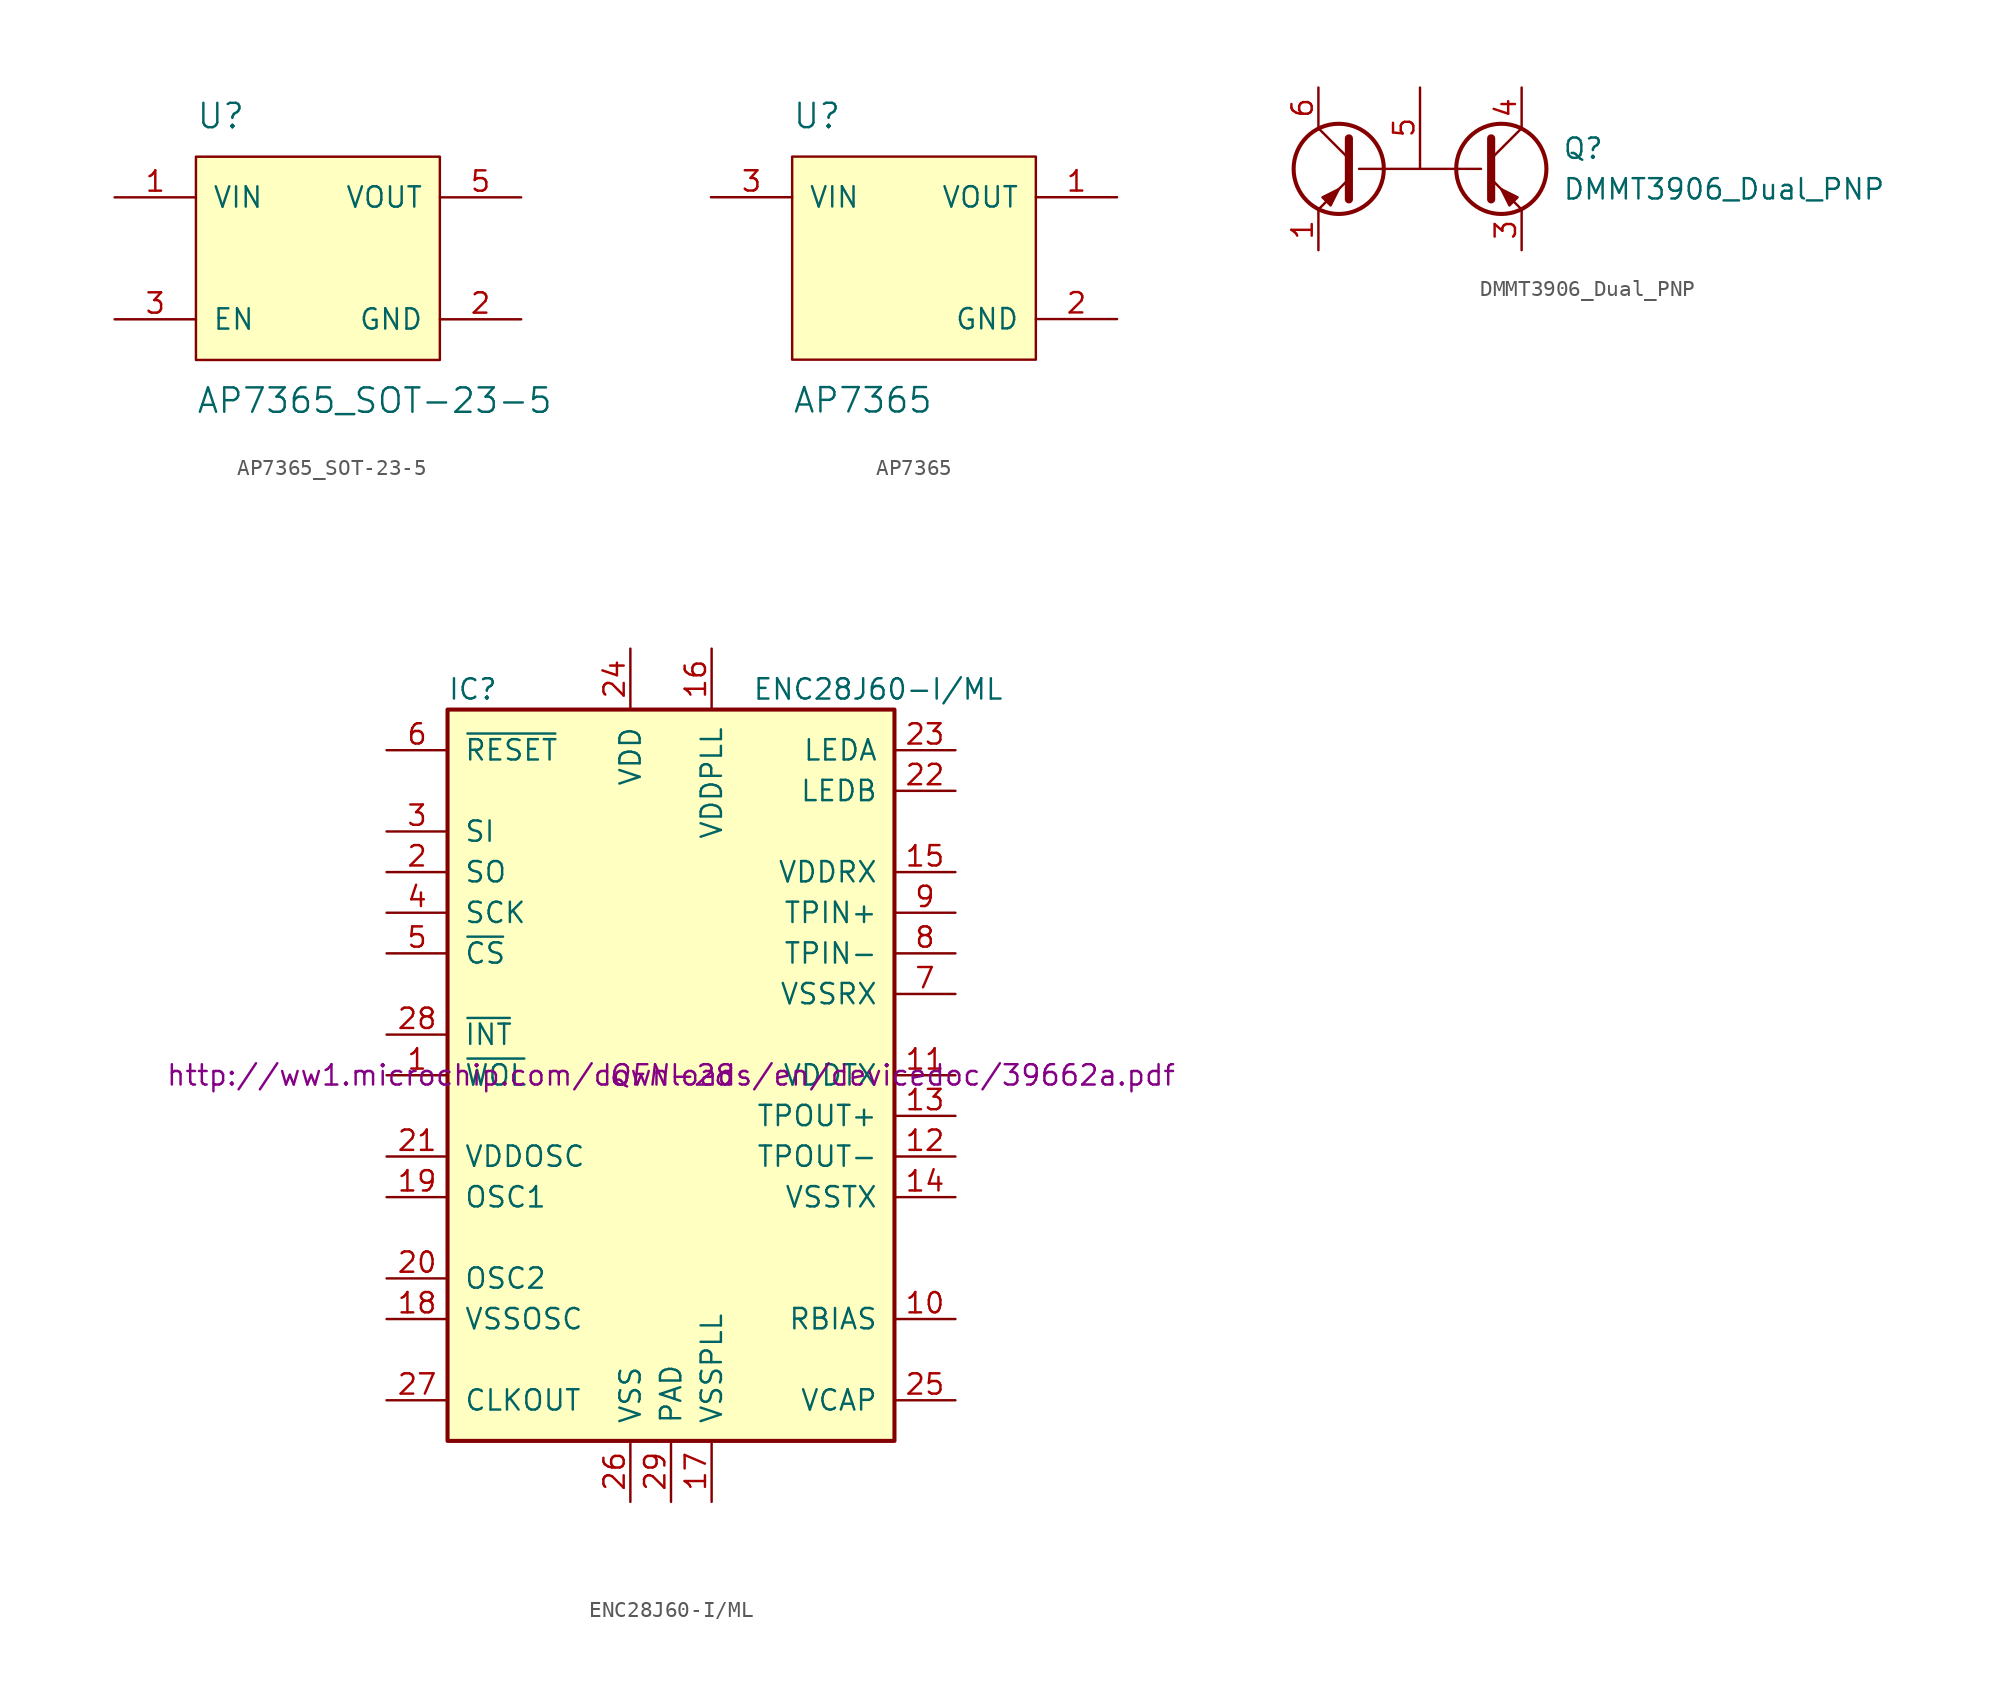
<source format=kicad_sym>
(kicad_symbol_lib
  (version 20231120)
  (generator "kicad_symbol_editor")
  (generator_version "8.0")
  (symbol "AP7365_SOT-23-5"
    (pin_names
      (offset 1.016))
    (property "Reference" "U"
      (at -7.62 8.89 0)
      (effects (font (size 1.524 1.524)) (justify left)))
    (property "Value" "AP7365_SOT-23-5"
      (at -7.62 -8.89 0)
      (effects (font (size 1.524 1.524)) (justify left)))
    (property "Footprint" ""
      (at 0 0 0)
      (effects (font (size 1.524 1.524))))
    (property "Datasheet" ""
      (at 0 0 0)
      (effects (font (size 1.524 1.524))))
    (symbol "AP7365_SOT-23-5_0_1"
      (rectangle (start -7.62 6.35) (end 7.62 -6.35) (stroke (width 0) (type solid)) (fill (type background))))
    (symbol "AP7365_SOT-23-5_1_1"
      (pin input line (at -12.7 3.81 0) (length 5.08) (name "VIN" (effects (font (size 1.27 1.27)))) (number "1" (effects (font (size 1.27 1.27)))))
      (pin input line (at 12.7 -3.81 180) (length 5.08) (name "GND" (effects (font (size 1.27 1.27)))) (number "2" (effects (font (size 1.27 1.27)))))
      (pin input line (at -12.7 -3.81 0) (length 5.08) (name "EN" (effects (font (size 1.27 1.27)))) (number "3" (effects (font (size 1.27 1.27)))))
      (pin input line (at 12.7 3.81 180) (length 5.08) (name "VOUT" (effects (font (size 1.27 1.27)))) (number "5" (effects (font (size 1.27 1.27)))))))
  (symbol "AP7365"
    (pin_names
      (offset 1.016))
    (property "Reference" "U"
      (at -7.62 8.89 0)
      (effects (font (size 1.524 1.524)) (justify left)))
    (property "Value" "AP7365"
      (at -7.62 -8.89 0)
      (effects (font (size 1.524 1.524)) (justify left)))
    (property "Footprint" ""
      (at 0 0 0)
      (effects (font (size 1.524 1.524))))
    (property "Datasheet" ""
      (at 0 0 0)
      (effects (font (size 1.524 1.524))))
    (symbol "AP7365_0_1"
      (rectangle (start -7.62 6.35) (end 7.62 -6.35) (stroke (width 0) (type solid)) (fill (type background))))
    (symbol "AP7365_1_1"
      (pin input line (at 12.7 3.81 180) (length 5.08) (name "VOUT" (effects (font (size 1.27 1.27)))) (number "1" (effects (font (size 1.27 1.27)))))
      (pin input line (at 12.7 -3.81 180) (length 5.08) (name "GND" (effects (font (size 1.27 1.27)))) (number "2" (effects (font (size 1.27 1.27)))))
      (pin input line (at -12.7 3.81 0) (length 5.08) (name "VIN" (effects (font (size 1.27 1.27)))) (number "3" (effects (font (size 1.27 1.27)))))))
  (symbol "DMMT3906_Dual_PNP"
    (pin_names
      (offset 0) hide)
    (property "Reference" "Q"
      (at 8.89 1.27 0)
      (effects (font (size 1.27 1.27)) (justify left)))
    (property "Value" "DMMT3906_Dual_PNP"
      (at 8.89 -1.27 0)
      (effects (font (size 1.27 1.27)) (justify left)))
    (property "Footprint" ""
      (at 8.89 2.54 0)
      (effects (font (size 1.27 1.27))))
    (property "Datasheet" ""
      (at 3.81 0 0)
      (effects (font (size 1.27 1.27))))
    (symbol "DMMT3906_Dual_PNP_0_1"
      (circle (center -5.08 0) (radius 2.819) (stroke (width 0.254) (type solid)) (fill (type none)))
      (rectangle (start -3.81 0) (end 3.81 0) (stroke (width 0) (type solid)) (fill (type none)))
      (polyline (pts (xy -4.445 0.635) (xy -6.35 2.54)) (stroke (width 0) (type solid)) (fill (type none)))
      (polyline (pts (xy 4.445 0.635) (xy 6.35 2.54)) (stroke (width 0) (type solid)) (fill (type none)))
      (polyline (pts (xy -4.445 -0.635) (xy -6.35 -2.54) (xy -6.35 -2.54)) (stroke (width 0) (type solid)) (fill (type none)))
      (polyline (pts (xy -4.445 1.905) (xy -4.445 -1.905) (xy -4.445 -1.905)) (stroke (width 0.508) (type solid)) (fill (type none)))
      (polyline (pts (xy 4.445 -0.635) (xy 6.35 -2.54) (xy 6.35 -2.54)) (stroke (width 0) (type solid)) (fill (type none)))
      (polyline (pts (xy 4.445 1.905) (xy 4.445 -1.905) (xy 4.445 -1.905)) (stroke (width 0.508) (type solid)) (fill (type none)))
      (polyline (pts (xy -6.096 -1.778) (xy -5.588 -2.286) (xy -5.08 -1.27) (xy -6.096 -1.778) (xy -6.096 -1.778)) (stroke (width 0) (type solid)) (fill (type outline)))
      (polyline (pts (xy 6.096 -1.778) (xy 5.588 -2.286) (xy 5.08 -1.27) (xy 6.096 -1.778) (xy 6.096 -1.778)) (stroke (width 0) (type solid)) (fill (type outline)))
      (circle (center 5.08 0) (radius 2.819) (stroke (width 0.254) (type solid)) (fill (type none))))
    (symbol "DMMT3906_Dual_PNP_1_1"
      (pin passive line (at -6.35 -5.08 90) (length 2.54) (name "E1" (effects (font (size 1.27 1.27)))) (number "1" (effects (font (size 1.27 1.27)))))
      (pin passive line (at 6.35 -5.08 90) (length 2.54) (name "E2" (effects (font (size 1.27 1.27)))) (number "3" (effects (font (size 1.27 1.27)))))
      (pin passive line (at 6.35 5.08 270) (length 2.54) (name "C2" (effects (font (size 1.27 1.27)))) (number "4" (effects (font (size 1.27 1.27)))))
      (pin input line (at 0 5.08 270) (length 5.004) (name "B" (effects (font (size 1.27 1.27)))) (number "5" (effects (font (size 1.27 1.27)))))
      (pin passive line (at -6.35 5.08 270) (length 2.54) (name "C1" (effects (font (size 1.27 1.27)))) (number "6" (effects (font (size 1.27 1.27)))))))
  (symbol "ENC28J60-I/ML"
    (pin_names
      (offset 1.016))
    (property "Reference" "IC"
      (at -13.97 24.13 0)
      (effects (font (size 1.27 1.27)) (justify left)))
    (property "Value" "ENC28J60-I/ML"
      (at 5.08 24.13 0)
      (effects (font (size 1.27 1.27)) (justify left)))
    (property "Footprint" "QFN-28"
      (at 0 0 0)
      (effects (font (size 1.27 1.27) (italic yes))))
    (property "Datasheet" "http://ww1.microchip.com/downloads/en/devicedoc/39662a.pdf"
      (at 0 0 0)
      (effects (font (size 1.27 1.27))))
    (symbol "ENC28J60-I/ML_0_1"
      (rectangle (start -13.97 22.86) (end 13.97 -22.86) (stroke (width 0.254) (type solid)) (fill (type background))))
    (symbol "ENC28J60-I/ML_1_1"
      (pin output line (at -17.78 0 0) (length 3.81) (name "~{WOL}" (effects (font (size 1.27 1.27)))) (number "1" (effects (font (size 1.27 1.27)))))
      (pin input line (at 17.78 -15.24 180) (length 3.81) (name "RBIAS" (effects (font (size 1.27 1.27)))) (number "10" (effects (font (size 1.27 1.27)))))
      (pin power_in line (at 17.78 0 180) (length 3.81) (name "VDDTX" (effects (font (size 1.27 1.27)))) (number "11" (effects (font (size 1.27 1.27)))))
      (pin output line (at 17.78 -5.08 180) (length 3.81) (name "TPOUT-" (effects (font (size 1.27 1.27)))) (number "12" (effects (font (size 1.27 1.27)))))
      (pin output line (at 17.78 -2.54 180) (length 3.81) (name "TPOUT+" (effects (font (size 1.27 1.27)))) (number "13" (effects (font (size 1.27 1.27)))))
      (pin power_out line (at 17.78 -7.62 180) (length 3.81) (name "VSSTX" (effects (font (size 1.27 1.27)))) (number "14" (effects (font (size 1.27 1.27)))))
      (pin power_in line (at 17.78 12.7 180) (length 3.81) (name "VDDRX" (effects (font (size 1.27 1.27)))) (number "15" (effects (font (size 1.27 1.27)))))
      (pin power_in line (at 2.54 26.67 270) (length 3.81) (name "VDDPLL" (effects (font (size 1.27 1.27)))) (number "16" (effects (font (size 1.27 1.27)))))
      (pin power_in line (at 2.54 -26.67 90) (length 3.81) (name "VSSPLL" (effects (font (size 1.27 1.27)))) (number "17" (effects (font (size 1.27 1.27)))))
      (pin power_in line (at -17.78 -15.24 0) (length 3.81) (name "VSSOSC" (effects (font (size 1.27 1.27)))) (number "18" (effects (font (size 1.27 1.27)))))
      (pin input line (at -17.78 -7.62 0) (length 3.81) (name "OSC1" (effects (font (size 1.27 1.27)))) (number "19" (effects (font (size 1.27 1.27)))))
      (pin output line (at -17.78 12.7 0) (length 3.81) (name "SO" (effects (font (size 1.27 1.27)))) (number "2" (effects (font (size 1.27 1.27)))))
      (pin output line (at -17.78 -12.7 0) (length 3.81) (name "OSC2" (effects (font (size 1.27 1.27)))) (number "20" (effects (font (size 1.27 1.27)))))
      (pin power_in line (at -17.78 -5.08 0) (length 3.81) (name "VDDOSC" (effects (font (size 1.27 1.27)))) (number "21" (effects (font (size 1.27 1.27)))))
      (pin output line (at 17.78 17.78 180) (length 3.81) (name "LEDB" (effects (font (size 1.27 1.27)))) (number "22" (effects (font (size 1.27 1.27)))))
      (pin output line (at 17.78 20.32 180) (length 3.81) (name "LEDA" (effects (font (size 1.27 1.27)))) (number "23" (effects (font (size 1.27 1.27)))))
      (pin power_in line (at -2.54 26.67 270) (length 3.81) (name "VDD" (effects (font (size 1.27 1.27)))) (number "24" (effects (font (size 1.27 1.27)))))
      (pin input line (at 17.78 -20.32 180) (length 3.81) (name "VCAP" (effects (font (size 1.27 1.27)))) (number "25" (effects (font (size 1.27 1.27)))))
      (pin power_in line (at -2.54 -26.67 90) (length 3.81) (name "VSS" (effects (font (size 1.27 1.27)))) (number "26" (effects (font (size 1.27 1.27)))))
      (pin output line (at -17.78 -20.32 0) (length 3.81) (name "CLKOUT" (effects (font (size 1.27 1.27)))) (number "27" (effects (font (size 1.27 1.27)))))
      (pin output line (at -17.78 2.54 0) (length 3.81) (name "~{INT}" (effects (font (size 1.27 1.27)))) (number "28" (effects (font (size 1.27 1.27)))))
      (pin input line (at 0 -26.67 90) (length 3.81) (name "PAD" (effects (font (size 1.27 1.27)))) (number "29" (effects (font (size 1.27 1.27)))))
      (pin input line (at -17.78 15.24 0) (length 3.81) (name "SI" (effects (font (size 1.27 1.27)))) (number "3" (effects (font (size 1.27 1.27)))))
      (pin input line (at -17.78 10.16 0) (length 3.81) (name "SCK" (effects (font (size 1.27 1.27)))) (number "4" (effects (font (size 1.27 1.27)))))
      (pin input line (at -17.78 7.62 0) (length 3.81) (name "~{CS}" (effects (font (size 1.27 1.27)))) (number "5" (effects (font (size 1.27 1.27)))))
      (pin input line (at -17.78 20.32 0) (length 3.81) (name "~{RESET}" (effects (font (size 1.27 1.27)))) (number "6" (effects (font (size 1.27 1.27)))))
      (pin power_out line (at 17.78 5.08 180) (length 3.81) (name "VSSRX" (effects (font (size 1.27 1.27)))) (number "7" (effects (font (size 1.27 1.27)))))
      (pin input line (at 17.78 7.62 180) (length 3.81) (name "TPIN-" (effects (font (size 1.27 1.27)))) (number "8" (effects (font (size 1.27 1.27)))))
      (pin input line (at 17.78 10.16 180) (length 3.81) (name "TPIN+" (effects (font (size 1.27 1.27)))) (number "9" (effects (font (size 1.27 1.27))))))))
</source>
